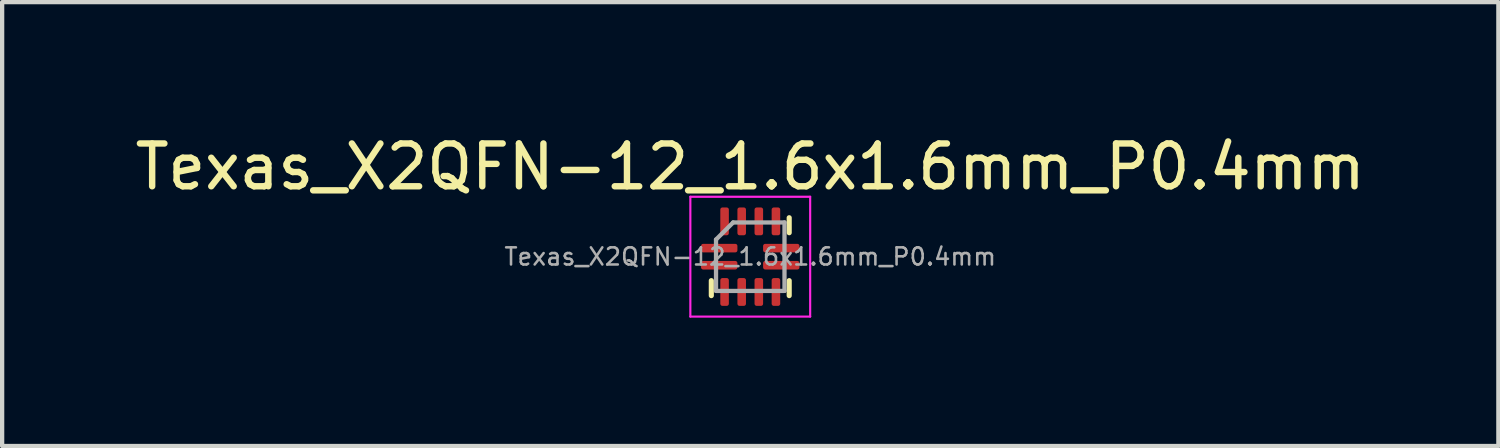
<source format=kicad_pcb>
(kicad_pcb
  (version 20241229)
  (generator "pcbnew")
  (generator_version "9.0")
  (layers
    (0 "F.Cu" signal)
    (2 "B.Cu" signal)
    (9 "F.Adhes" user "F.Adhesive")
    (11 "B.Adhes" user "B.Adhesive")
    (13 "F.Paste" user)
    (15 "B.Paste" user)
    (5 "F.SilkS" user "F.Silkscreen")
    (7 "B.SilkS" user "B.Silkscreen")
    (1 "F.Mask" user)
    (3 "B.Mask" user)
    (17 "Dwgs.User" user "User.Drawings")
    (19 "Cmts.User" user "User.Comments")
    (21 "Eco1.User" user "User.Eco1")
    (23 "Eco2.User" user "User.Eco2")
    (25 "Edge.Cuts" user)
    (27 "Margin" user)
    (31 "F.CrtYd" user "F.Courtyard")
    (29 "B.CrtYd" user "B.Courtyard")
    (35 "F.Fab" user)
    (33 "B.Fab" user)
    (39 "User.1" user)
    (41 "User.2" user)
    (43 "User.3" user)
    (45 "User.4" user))
  (footprint "Texas_X2QFN-12_1.6x1.6mm_P0.4mm"
    (layer "F.Cu")
    (at 14.482 2.948)
    (property "Reference" "Texas_X2QFN-12_1.6x1.6mm_P0.4mm" (at 0 -2.1 0) (layer "F.SilkS") (effects (font (size 1 1) (thickness 0.15))))
    (attr smd)
    (fp_line (start -0.91 0.91) (end -0.91 0.56) (stroke (width 0.12) (type solid)) (layer "F.SilkS"))
    (fp_line (start 0.91 -0.91) (end 0.91 -0.56) (stroke (width 0.12) (type solid)) (layer "F.SilkS"))
    (fp_line (start 0.91 0.91) (end 0.91 0.56) (stroke (width 0.12) (type solid)) (layer "F.SilkS"))
    (fp_line (start -1.4 -1.4) (end -1.4 1.4) (stroke (width 0.05) (type solid)) (layer "F.CrtYd"))
    (fp_line (start -1.4 1.4) (end 1.4 1.4) (stroke (width 0.05) (type solid)) (layer "F.CrtYd"))
    (fp_line (start 1.4 -1.4) (end -1.4 -1.4) (stroke (width 0.05) (type solid)) (layer "F.CrtYd"))
    (fp_line (start 1.4 1.4) (end 1.4 -1.4) (stroke (width 0.05) (type solid)) (layer "F.CrtYd"))
    (fp_line (start -0.8 -0.4) (end -0.4 -0.8) (stroke (width 0.1) (type solid)) (layer "F.Fab"))
    (fp_line (start -0.8 0.8) (end -0.8 -0.4) (stroke (width 0.1) (type solid)) (layer "F.Fab"))
    (fp_line (start -0.4 -0.8) (end 0.8 -0.8) (stroke (width 0.1) (type solid)) (layer "F.Fab"))
    (fp_line (start 0.8 -0.8) (end 0.8 0.8) (stroke (width 0.1) (type solid)) (layer "F.Fab"))
    (fp_line (start 0.8 0.8) (end -0.8 0.8) (stroke (width 0.1) (type solid)) (layer "F.Fab"))
    (fp_text user "${REFERENCE}" (at 0 0 0) (layer "F.Fab") (effects (font (size 0.4 0.4) (thickness 0.06))))
    (pad "1" smd roundrect (at -0.725 -0.2) (size 0.85 0.2) (layers "F.Cu" "F.Mask" "F.Paste") (roundrect_rratio 0.25))
    (pad "2" smd roundrect (at -0.725 0.2) (size 0.85 0.2) (layers "F.Cu" "F.Mask" "F.Paste") (roundrect_rratio 0.25))
    (pad "3" smd roundrect (at -0.6 0.825) (size 0.2 0.65) (layers "F.Cu" "F.Mask" "F.Paste") (roundrect_rratio 0.25))
    (pad "4" smd roundrect (at -0.2 0.825) (size 0.2 0.65) (layers "F.Cu" "F.Mask" "F.Paste") (roundrect_rratio 0.25))
    (pad "5" smd roundrect (at 0.2 0.825) (size 0.2 0.65) (layers "F.Cu" "F.Mask" "F.Paste") (roundrect_rratio 0.25))
    (pad "6" smd roundrect (at 0.6 0.825) (size 0.2 0.65) (layers "F.Cu" "F.Mask" "F.Paste") (roundrect_rratio 0.25))
    (pad "7" smd roundrect (at 0.725 0.2) (size 0.85 0.2) (layers "F.Cu" "F.Mask" "F.Paste") (roundrect_rratio 0.25))
    (pad "8" smd roundrect (at 0.725 -0.2) (size 0.85 0.2) (layers "F.Cu" "F.Mask" "F.Paste") (roundrect_rratio 0.25))
    (pad "9" smd roundrect (at 0.6 -0.825) (size 0.2 0.65) (layers "F.Cu" "F.Mask" "F.Paste") (roundrect_rratio 0.25))
    (pad "10" smd roundrect (at 0.2 -0.825) (size 0.2 0.65) (layers "F.Cu" "F.Mask" "F.Paste") (roundrect_rratio 0.25))
    (pad "11" smd roundrect (at -0.2 -0.825) (size 0.2 0.65) (layers "F.Cu" "F.Mask" "F.Paste") (roundrect_rratio 0.25))
    (pad "12" smd roundrect (at -0.6 -0.825) (size 0.2 0.65) (layers "F.Cu" "F.Mask" "F.Paste") (roundrect_rratio 0.25)))
  (gr_rect
    (start -3 -3)
    (end 31.964 7.373)
    (stroke (width 0.1) (type default))
    (fill no)
    (layer "Edge.Cuts")))
</source>
